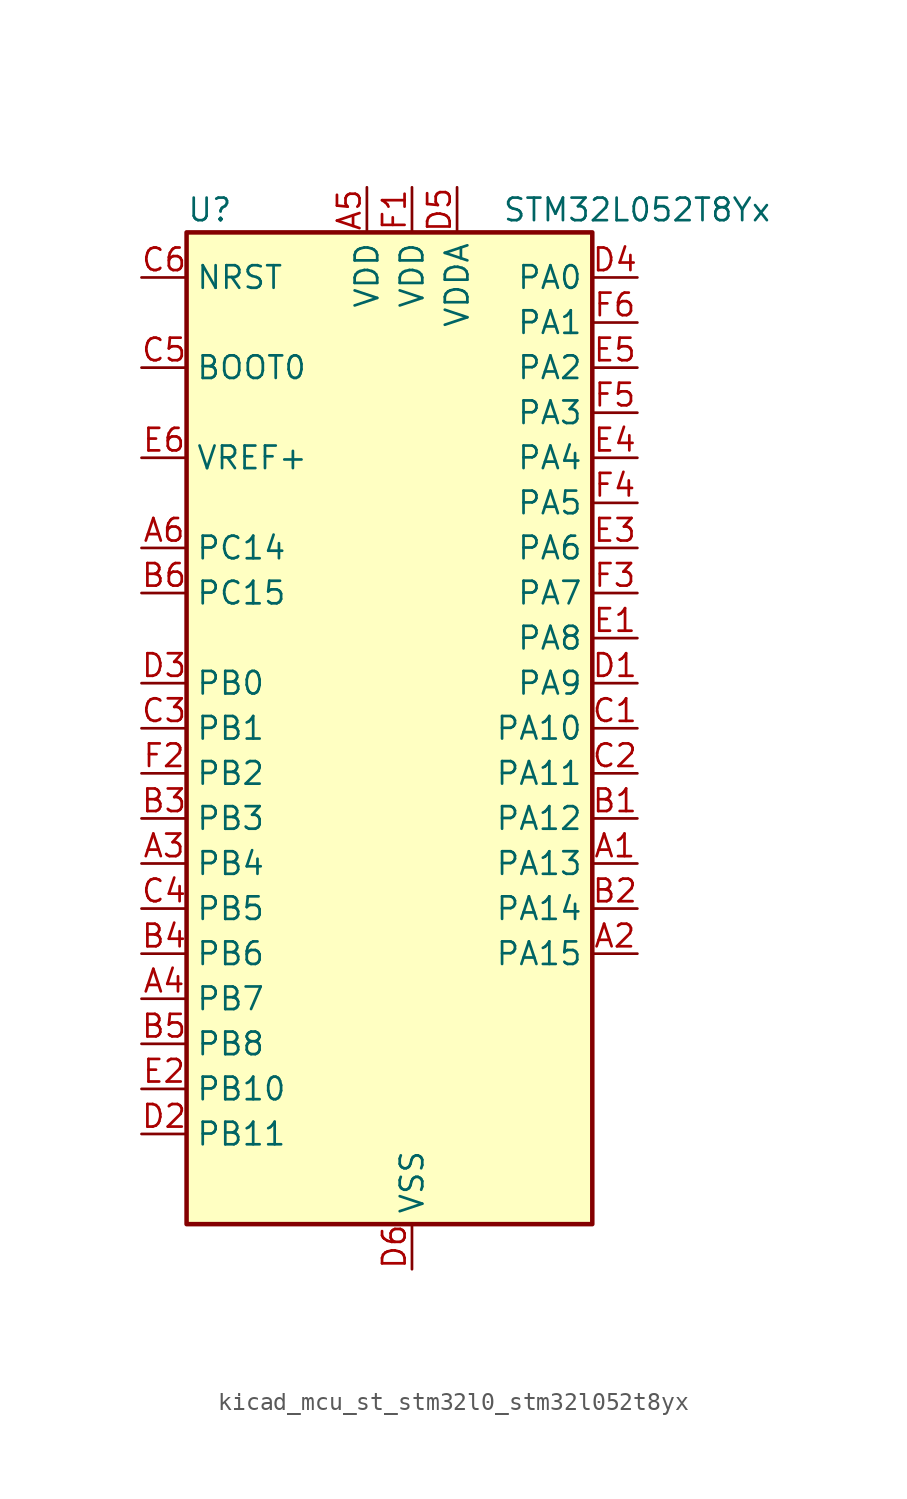
<source format=kicad_sym>
(kicad_symbol_lib
  (version 20220914)
  (generator kicad_symbol_editor)
  (symbol "kicad_mcu_st_stm32l0_stm32l052t8yx"
    (property "Reference" "U"
      (at -10.16 29.21 0)
      (effects (font (size 1.27 1.27)) (justify left)))
    (property "Value" "STM32L052T8Yx"
      (at 7.62 29.21 0)
      (effects (font (size 1.27 1.27)) (justify left)))
    (property "ki_locked" ""
      (at 0 0 0)
      (effects (font (size 1.27 1.27))))
    (symbol "kicad_mcu_st_stm32l0_stm32l052t8yx_0_1"
      (rectangle (start -10.16 -27.94) (end 12.7 27.94) (stroke (width 0.254) (type default)) (fill (type background))))
    (symbol "kicad_mcu_st_stm32l0_stm32l052t8yx_1_1"
      (pin bidirectional line (at 15.24 -7.62 180) (length 2.54) (name "PA13" (effects (font (size 1.27 1.27)))) (number "A1" (effects (font (size 1.27 1.27)))) (alternate "SYS_SWDIO" bidirectional line) (alternate "USB_NOE" bidirectional line))
      (pin bidirectional line (at 15.24 -12.7 180) (length 2.54) (name "PA15" (effects (font (size 1.27 1.27)))) (number "A2" (effects (font (size 1.27 1.27)))) (alternate "SPI1_NSS" bidirectional line) (alternate "TIM2_CH1" bidirectional line) (alternate "TIM2_ETR" bidirectional line) (alternate "USART2_RX" bidirectional line))
      (pin bidirectional line (at -12.7 -7.62 0) (length 2.54) (name "PB4" (effects (font (size 1.27 1.27)))) (number "A3" (effects (font (size 1.27 1.27)))) (alternate "COMP2_INP" bidirectional line) (alternate "SPI1_MISO" bidirectional line) (alternate "TIM22_CH1" bidirectional line) (alternate "TSC_G5_IO2" bidirectional line))
      (pin bidirectional line (at -12.7 -15.24 0) (length 2.54) (name "PB7" (effects (font (size 1.27 1.27)))) (number "A4" (effects (font (size 1.27 1.27)))) (alternate "COMP2_INP" bidirectional line) (alternate "I2C1_SDA" bidirectional line) (alternate "LPTIM1_IN2" bidirectional line) (alternate "SYS_PVD_IN" bidirectional line) (alternate "TSC_G5_IO4" bidirectional line) (alternate "USART1_RX" bidirectional line))
      (pin power_in line (at 0 30.48 270) (length 2.54) (name "VDD" (effects (font (size 1.27 1.27)))) (number "A5" (effects (font (size 1.27 1.27)))))
      (pin bidirectional line (at -12.7 10.16 0) (length 2.54) (name "PC14" (effects (font (size 1.27 1.27)))) (number "A6" (effects (font (size 1.27 1.27)))) (alternate "RCC_OSC32_IN" bidirectional line))
      (pin bidirectional line (at 15.24 -5.08 180) (length 2.54) (name "PA12" (effects (font (size 1.27 1.27)))) (number "B1" (effects (font (size 1.27 1.27)))) (alternate "COMP2_OUT" bidirectional line) (alternate "SPI1_MOSI" bidirectional line) (alternate "TSC_G4_IO4" bidirectional line) (alternate "USART1_DE" bidirectional line) (alternate "USART1_RTS" bidirectional line) (alternate "USB_DP" bidirectional line))
      (pin bidirectional line (at 15.24 -10.16 180) (length 2.54) (name "PA14" (effects (font (size 1.27 1.27)))) (number "B2" (effects (font (size 1.27 1.27)))) (alternate "SYS_SWCLK" bidirectional line) (alternate "USART2_TX" bidirectional line))
      (pin bidirectional line (at -12.7 -5.08 0) (length 2.54) (name "PB3" (effects (font (size 1.27 1.27)))) (number "B3" (effects (font (size 1.27 1.27)))) (alternate "COMP2_INM" bidirectional line) (alternate "SPI1_SCK" bidirectional line) (alternate "TIM2_CH2" bidirectional line) (alternate "TSC_G5_IO1" bidirectional line))
      (pin bidirectional line (at -12.7 -12.7 0) (length 2.54) (name "PB6" (effects (font (size 1.27 1.27)))) (number "B4" (effects (font (size 1.27 1.27)))) (alternate "COMP2_INP" bidirectional line) (alternate "I2C1_SCL" bidirectional line) (alternate "LPTIM1_ETR" bidirectional line) (alternate "TSC_G5_IO3" bidirectional line) (alternate "USART1_TX" bidirectional line))
      (pin bidirectional line (at -12.7 -17.78 0) (length 2.54) (name "PB8" (effects (font (size 1.27 1.27)))) (number "B5" (effects (font (size 1.27 1.27)))) (alternate "I2C1_SCL" bidirectional line) (alternate "TSC_SYNC" bidirectional line))
      (pin bidirectional line (at -12.7 7.62 0) (length 2.54) (name "PC15" (effects (font (size 1.27 1.27)))) (number "B6" (effects (font (size 1.27 1.27)))) (alternate "RCC_OSC32_OUT" bidirectional line))
      (pin bidirectional line (at 15.24 0 180) (length 2.54) (name "PA10" (effects (font (size 1.27 1.27)))) (number "C1" (effects (font (size 1.27 1.27)))) (alternate "TSC_G4_IO2" bidirectional line) (alternate "USART1_RX" bidirectional line))
      (pin bidirectional line (at 15.24 -2.54 180) (length 2.54) (name "PA11" (effects (font (size 1.27 1.27)))) (number "C2" (effects (font (size 1.27 1.27)))) (alternate "ADC_EXTI11" bidirectional line) (alternate "COMP1_OUT" bidirectional line) (alternate "SPI1_MISO" bidirectional line) (alternate "TSC_G4_IO3" bidirectional line) (alternate "USART1_CTS" bidirectional line) (alternate "USB_DM" bidirectional line))
      (pin bidirectional line (at -12.7 0 0) (length 2.54) (name "PB1" (effects (font (size 1.27 1.27)))) (number "C3" (effects (font (size 1.27 1.27)))) (alternate "ADC_IN9" bidirectional line) (alternate "LPUART1_DE" bidirectional line) (alternate "LPUART1_RTS" bidirectional line) (alternate "SYS_VREF_OUT_PB1" bidirectional line) (alternate "TSC_G3_IO3" bidirectional line))
      (pin bidirectional line (at -12.7 -10.16 0) (length 2.54) (name "PB5" (effects (font (size 1.27 1.27)))) (number "C4" (effects (font (size 1.27 1.27)))) (alternate "COMP2_INP" bidirectional line) (alternate "I2C1_SMBA" bidirectional line) (alternate "LPTIM1_IN1" bidirectional line) (alternate "SPI1_MOSI" bidirectional line) (alternate "TIM22_CH2" bidirectional line))
      (pin input line (at -12.7 20.32 0) (length 2.54) (name "BOOT0" (effects (font (size 1.27 1.27)))) (number "C5" (effects (font (size 1.27 1.27)))))
      (pin input line (at -12.7 25.4 0) (length 2.54) (name "NRST" (effects (font (size 1.27 1.27)))) (number "C6" (effects (font (size 1.27 1.27)))))
      (pin bidirectional line (at 15.24 2.54 180) (length 2.54) (name "PA9" (effects (font (size 1.27 1.27)))) (number "D1" (effects (font (size 1.27 1.27)))) (alternate "DAC_EXTI9" bidirectional line) (alternate "RCC_MCO" bidirectional line) (alternate "TSC_G4_IO1" bidirectional line) (alternate "USART1_TX" bidirectional line))
      (pin bidirectional line (at -12.7 -22.86 0) (length 2.54) (name "PB11" (effects (font (size 1.27 1.27)))) (number "D2" (effects (font (size 1.27 1.27)))) (alternate "ADC_EXTI11" bidirectional line) (alternate "I2C2_SDA" bidirectional line) (alternate "LPUART1_RX" bidirectional line) (alternate "TIM2_CH4" bidirectional line) (alternate "TSC_G6_IO1" bidirectional line))
      (pin bidirectional line (at -12.7 2.54 0) (length 2.54) (name "PB0" (effects (font (size 1.27 1.27)))) (number "D3" (effects (font (size 1.27 1.27)))) (alternate "ADC_IN8" bidirectional line) (alternate "SYS_VREF_OUT_PB0" bidirectional line) (alternate "TSC_G3_IO2" bidirectional line))
      (pin bidirectional line (at 15.24 25.4 180) (length 2.54) (name "PA0" (effects (font (size 1.27 1.27)))) (number "D4" (effects (font (size 1.27 1.27)))) (alternate "ADC_IN0" bidirectional line) (alternate "COMP1_INM" bidirectional line) (alternate "COMP1_OUT" bidirectional line) (alternate "RTC_TAMP2" bidirectional line) (alternate "SYS_WKUP1" bidirectional line) (alternate "TIM2_CH1" bidirectional line) (alternate "TIM2_ETR" bidirectional line) (alternate "TSC_G1_IO1" bidirectional line) (alternate "USART2_CTS" bidirectional line))
      (pin power_in line (at 5.08 30.48 270) (length 2.54) (name "VDDA" (effects (font (size 1.27 1.27)))) (number "D5" (effects (font (size 1.27 1.27)))))
      (pin power_in line (at 2.54 -30.48 90) (length 2.54) (name "VSS" (effects (font (size 1.27 1.27)))) (number "D6" (effects (font (size 1.27 1.27)))))
      (pin bidirectional line (at 15.24 5.08 180) (length 2.54) (name "PA8" (effects (font (size 1.27 1.27)))) (number "E1" (effects (font (size 1.27 1.27)))) (alternate "CRS_SYNC" bidirectional line) (alternate "RCC_MCO" bidirectional line) (alternate "USART1_CK" bidirectional line))
      (pin bidirectional line (at -12.7 -20.32 0) (length 2.54) (name "PB10" (effects (font (size 1.27 1.27)))) (number "E2" (effects (font (size 1.27 1.27)))) (alternate "I2C2_SCL" bidirectional line) (alternate "LPUART1_TX" bidirectional line) (alternate "TIM2_CH3" bidirectional line) (alternate "TSC_SYNC" bidirectional line))
      (pin bidirectional line (at 15.24 10.16 180) (length 2.54) (name "PA6" (effects (font (size 1.27 1.27)))) (number "E3" (effects (font (size 1.27 1.27)))) (alternate "ADC_IN6" bidirectional line) (alternate "COMP1_OUT" bidirectional line) (alternate "LPUART1_CTS" bidirectional line) (alternate "SPI1_MISO" bidirectional line) (alternate "TIM22_CH1" bidirectional line) (alternate "TSC_G2_IO3" bidirectional line))
      (pin bidirectional line (at 15.24 15.24 180) (length 2.54) (name "PA4" (effects (font (size 1.27 1.27)))) (number "E4" (effects (font (size 1.27 1.27)))) (alternate "ADC_IN4" bidirectional line) (alternate "COMP1_INM" bidirectional line) (alternate "COMP2_INM" bidirectional line) (alternate "DAC_OUT1" bidirectional line) (alternate "SPI1_NSS" bidirectional line) (alternate "TIM22_ETR" bidirectional line) (alternate "TSC_G2_IO1" bidirectional line) (alternate "USART2_CK" bidirectional line))
      (pin bidirectional line (at 15.24 20.32 180) (length 2.54) (name "PA2" (effects (font (size 1.27 1.27)))) (number "E5" (effects (font (size 1.27 1.27)))) (alternate "ADC_IN2" bidirectional line) (alternate "COMP2_INM" bidirectional line) (alternate "COMP2_OUT" bidirectional line) (alternate "TIM21_CH1" bidirectional line) (alternate "TIM2_CH3" bidirectional line) (alternate "TSC_G1_IO3" bidirectional line) (alternate "USART2_TX" bidirectional line))
      (pin input line (at -12.7 15.24 0) (length 2.54) (name "VREF+" (effects (font (size 1.27 1.27)))) (number "E6" (effects (font (size 1.27 1.27)))))
      (pin power_in line (at 2.54 30.48 270) (length 2.54) (name "VDD" (effects (font (size 1.27 1.27)))) (number "F1" (effects (font (size 1.27 1.27)))))
      (pin bidirectional line (at -12.7 -2.54 0) (length 2.54) (name "PB2" (effects (font (size 1.27 1.27)))) (number "F2" (effects (font (size 1.27 1.27)))) (alternate "LPTIM1_OUT" bidirectional line) (alternate "TSC_G3_IO4" bidirectional line))
      (pin bidirectional line (at 15.24 7.62 180) (length 2.54) (name "PA7" (effects (font (size 1.27 1.27)))) (number "F3" (effects (font (size 1.27 1.27)))) (alternate "ADC_IN7" bidirectional line) (alternate "COMP2_OUT" bidirectional line) (alternate "SPI1_MOSI" bidirectional line) (alternate "TIM22_CH2" bidirectional line) (alternate "TSC_G2_IO4" bidirectional line))
      (pin bidirectional line (at 15.24 12.7 180) (length 2.54) (name "PA5" (effects (font (size 1.27 1.27)))) (number "F4" (effects (font (size 1.27 1.27)))) (alternate "ADC_IN5" bidirectional line) (alternate "COMP1_INM" bidirectional line) (alternate "COMP2_INM" bidirectional line) (alternate "SPI1_SCK" bidirectional line) (alternate "TIM2_CH1" bidirectional line) (alternate "TIM2_ETR" bidirectional line) (alternate "TSC_G2_IO2" bidirectional line))
      (pin bidirectional line (at 15.24 17.78 180) (length 2.54) (name "PA3" (effects (font (size 1.27 1.27)))) (number "F5" (effects (font (size 1.27 1.27)))) (alternate "ADC_IN3" bidirectional line) (alternate "COMP2_INP" bidirectional line) (alternate "TIM21_CH2" bidirectional line) (alternate "TIM2_CH4" bidirectional line) (alternate "TSC_G1_IO4" bidirectional line) (alternate "USART2_RX" bidirectional line))
      (pin bidirectional line (at 15.24 22.86 180) (length 2.54) (name "PA1" (effects (font (size 1.27 1.27)))) (number "F6" (effects (font (size 1.27 1.27)))) (alternate "ADC_IN1" bidirectional line) (alternate "COMP1_INP" bidirectional line) (alternate "TIM21_ETR" bidirectional line) (alternate "TIM2_CH2" bidirectional line) (alternate "TSC_G1_IO2" bidirectional line) (alternate "USART2_DE" bidirectional line) (alternate "USART2_RTS" bidirectional line)))))
</source>
